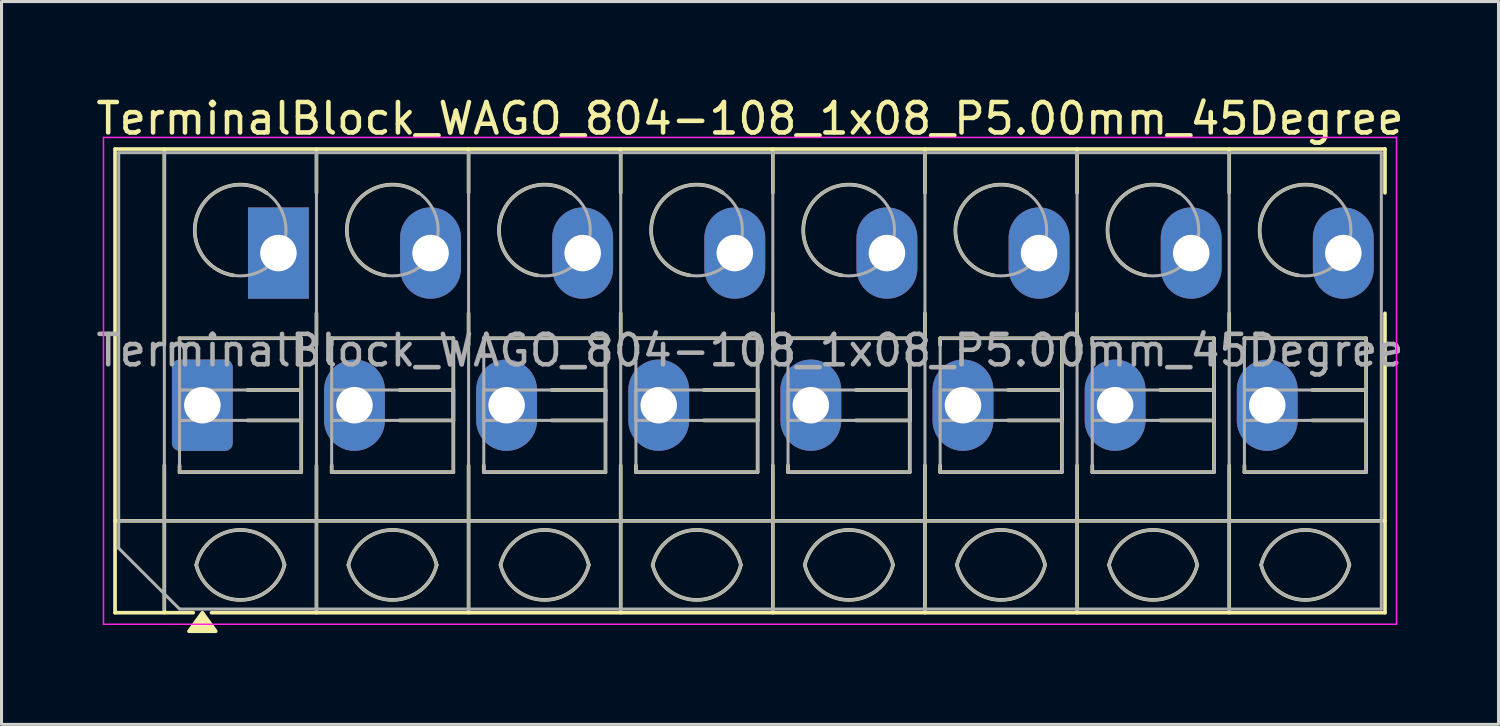
<source format=kicad_pcb>
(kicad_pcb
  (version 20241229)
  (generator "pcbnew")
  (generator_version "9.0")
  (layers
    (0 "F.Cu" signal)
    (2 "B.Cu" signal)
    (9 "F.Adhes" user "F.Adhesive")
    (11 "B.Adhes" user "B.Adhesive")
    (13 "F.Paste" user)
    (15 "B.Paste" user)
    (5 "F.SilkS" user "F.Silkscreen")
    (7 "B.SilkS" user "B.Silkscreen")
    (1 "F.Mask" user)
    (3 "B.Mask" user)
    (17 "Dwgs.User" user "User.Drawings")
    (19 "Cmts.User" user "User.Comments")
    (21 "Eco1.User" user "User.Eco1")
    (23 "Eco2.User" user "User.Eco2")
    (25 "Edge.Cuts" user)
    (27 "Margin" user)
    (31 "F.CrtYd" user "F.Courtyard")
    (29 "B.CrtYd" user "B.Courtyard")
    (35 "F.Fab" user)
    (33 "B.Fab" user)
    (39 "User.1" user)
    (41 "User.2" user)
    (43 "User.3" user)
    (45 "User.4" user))
  (footprint "TerminalBlock_WAGO_804-108_1x08_P5.00mm_45Degree"
    (layer "F.Cu")
    (at 3.601 10.268)
    (property "Reference" "TerminalBlock_WAGO_804-108_1x08_P5.00mm_45Degree" (at 18 -9.42 0) (layer "F.SilkS") (effects (font (size 1 1) (thickness 0.15))))
    (attr through_hole)
    (fp_line (start -2.87 -8.42) (end -2.87 6.82) (stroke (width 0.12) (type solid)) (layer "F.SilkS"))
    (fp_line (start -2.87 -8.42) (end 38.87 -8.42) (stroke (width 0.12) (type solid)) (layer "F.SilkS"))
    (fp_line (start -2.87 3.8) (end 38.87 3.8) (stroke (width 0.12) (type solid)) (layer "F.SilkS"))
    (fp_line (start -2.87 6.82) (end -0.3 6.82) (stroke (width 0.12) (type solid)) (layer "F.SilkS"))
    (fp_line (start -1.25 -8.42) (end -1.25 -1.98) (stroke (width 0.12) (type solid)) (layer "F.SilkS"))
    (fp_line (start -1.25 1.98) (end -1.25 6.82) (stroke (width 0.12) (type solid)) (layer "F.SilkS"))
    (fp_line (start -0.75 -2.2) (end -0.75 -1.98) (stroke (width 0.12) (type solid)) (layer "F.SilkS"))
    (fp_line (start -0.75 -2.2) (end 3.25 -2.2) (stroke (width 0.12) (type solid)) (layer "F.SilkS"))
    (fp_line (start -0.75 1.98) (end -0.75 2.2) (stroke (width 0.12) (type solid)) (layer "F.SilkS"))
    (fp_line (start -0.75 2.2) (end 3.25 2.2) (stroke (width 0.12) (type solid)) (layer "F.SilkS"))
    (fp_line (start 0.3 6.82) (end 38.87 6.82) (stroke (width 0.12) (type solid)) (layer "F.SilkS"))
    (fp_line (start 1.48 -0.5) (end 3.25 -0.5) (stroke (width 0.12) (type solid)) (layer "F.SilkS"))
    (fp_line (start 1.48 0.5) (end 3.25 0.5) (stroke (width 0.12) (type solid)) (layer "F.SilkS"))
    (fp_line (start 3.25 -2.2) (end 3.25 2.2) (stroke (width 0.12) (type solid)) (layer "F.SilkS"))
    (fp_line (start 3.25 -0.5) (end 3.25 0.5) (stroke (width 0.12) (type solid)) (layer "F.SilkS"))
    (fp_line (start 3.75 -8.42) (end 3.75 -6.98) (stroke (width 0.12) (type solid)) (layer "F.SilkS"))
    (fp_line (start 3.75 -3.02) (end 3.75 -1.98) (stroke (width 0.12) (type solid)) (layer "F.SilkS"))
    (fp_line (start 3.75 1.98) (end 3.75 6.82) (stroke (width 0.12) (type solid)) (layer "F.SilkS"))
    (fp_line (start 4.25 -2.2) (end 4.25 -1.98) (stroke (width 0.12) (type solid)) (layer "F.SilkS"))
    (fp_line (start 4.25 -2.2) (end 8.25 -2.2) (stroke (width 0.12) (type solid)) (layer "F.SilkS"))
    (fp_line (start 4.25 1.98) (end 4.25 2.2) (stroke (width 0.12) (type solid)) (layer "F.SilkS"))
    (fp_line (start 4.25 2.2) (end 8.25 2.2) (stroke (width 0.12) (type solid)) (layer "F.SilkS"))
    (fp_line (start 6.48 -0.5) (end 8.25 -0.5) (stroke (width 0.12) (type solid)) (layer "F.SilkS"))
    (fp_line (start 6.48 0.5) (end 8.25 0.5) (stroke (width 0.12) (type solid)) (layer "F.SilkS"))
    (fp_line (start 8.25 -2.2) (end 8.25 2.2) (stroke (width 0.12) (type solid)) (layer "F.SilkS"))
    (fp_line (start 8.25 -0.5) (end 8.25 0.5) (stroke (width 0.12) (type solid)) (layer "F.SilkS"))
    (fp_line (start 8.75 -8.42) (end 8.75 -6.98) (stroke (width 0.12) (type solid)) (layer "F.SilkS"))
    (fp_line (start 8.75 -3.02) (end 8.75 -1.98) (stroke (width 0.12) (type solid)) (layer "F.SilkS"))
    (fp_line (start 8.75 1.98) (end 8.75 6.82) (stroke (width 0.12) (type solid)) (layer "F.SilkS"))
    (fp_line (start 9.25 -2.2) (end 9.25 -1.98) (stroke (width 0.12) (type solid)) (layer "F.SilkS"))
    (fp_line (start 9.25 -2.2) (end 13.25 -2.2) (stroke (width 0.12) (type solid)) (layer "F.SilkS"))
    (fp_line (start 9.25 1.98) (end 9.25 2.2) (stroke (width 0.12) (type solid)) (layer "F.SilkS"))
    (fp_line (start 9.25 2.2) (end 13.25 2.2) (stroke (width 0.12) (type solid)) (layer "F.SilkS"))
    (fp_line (start 11.48 -0.5) (end 13.25 -0.5) (stroke (width 0.12) (type solid)) (layer "F.SilkS"))
    (fp_line (start 11.48 0.5) (end 13.25 0.5) (stroke (width 0.12) (type solid)) (layer "F.SilkS"))
    (fp_line (start 13.25 -2.2) (end 13.25 2.2) (stroke (width 0.12) (type solid)) (layer "F.SilkS"))
    (fp_line (start 13.25 -0.5) (end 13.25 0.5) (stroke (width 0.12) (type solid)) (layer "F.SilkS"))
    (fp_line (start 13.75 -8.42) (end 13.75 -6.98) (stroke (width 0.12) (type solid)) (layer "F.SilkS"))
    (fp_line (start 13.75 -3.02) (end 13.75 -1.98) (stroke (width 0.12) (type solid)) (layer "F.SilkS"))
    (fp_line (start 13.75 1.98) (end 13.75 6.82) (stroke (width 0.12) (type solid)) (layer "F.SilkS"))
    (fp_line (start 14.25 -2.2) (end 14.25 -1.98) (stroke (width 0.12) (type solid)) (layer "F.SilkS"))
    (fp_line (start 14.25 -2.2) (end 18.25 -2.2) (stroke (width 0.12) (type solid)) (layer "F.SilkS"))
    (fp_line (start 14.25 1.98) (end 14.25 2.2) (stroke (width 0.12) (type solid)) (layer "F.SilkS"))
    (fp_line (start 14.25 2.2) (end 18.25 2.2) (stroke (width 0.12) (type solid)) (layer "F.SilkS"))
    (fp_line (start 16.48 -0.5) (end 18.25 -0.5) (stroke (width 0.12) (type solid)) (layer "F.SilkS"))
    (fp_line (start 16.48 0.5) (end 18.25 0.5) (stroke (width 0.12) (type solid)) (layer "F.SilkS"))
    (fp_line (start 18.25 -2.2) (end 18.25 2.2) (stroke (width 0.12) (type solid)) (layer "F.SilkS"))
    (fp_line (start 18.25 -0.5) (end 18.25 0.5) (stroke (width 0.12) (type solid)) (layer "F.SilkS"))
    (fp_line (start 18.75 -8.42) (end 18.75 -6.98) (stroke (width 0.12) (type solid)) (layer "F.SilkS"))
    (fp_line (start 18.75 -3.02) (end 18.75 -1.98) (stroke (width 0.12) (type solid)) (layer "F.SilkS"))
    (fp_line (start 18.75 1.98) (end 18.75 6.82) (stroke (width 0.12) (type solid)) (layer "F.SilkS"))
    (fp_line (start 19.25 -2.2) (end 19.25 -1.98) (stroke (width 0.12) (type solid)) (layer "F.SilkS"))
    (fp_line (start 19.25 -2.2) (end 23.25 -2.2) (stroke (width 0.12) (type solid)) (layer "F.SilkS"))
    (fp_line (start 19.25 1.98) (end 19.25 2.2) (stroke (width 0.12) (type solid)) (layer "F.SilkS"))
    (fp_line (start 19.25 2.2) (end 23.25 2.2) (stroke (width 0.12) (type solid)) (layer "F.SilkS"))
    (fp_line (start 21.48 -0.5) (end 23.25 -0.5) (stroke (width 0.12) (type solid)) (layer "F.SilkS"))
    (fp_line (start 21.48 0.5) (end 23.25 0.5) (stroke (width 0.12) (type solid)) (layer "F.SilkS"))
    (fp_line (start 23.25 -2.2) (end 23.25 2.2) (stroke (width 0.12) (type solid)) (layer "F.SilkS"))
    (fp_line (start 23.25 -0.5) (end 23.25 0.5) (stroke (width 0.12) (type solid)) (layer "F.SilkS"))
    (fp_line (start 23.75 -8.42) (end 23.75 -6.98) (stroke (width 0.12) (type solid)) (layer "F.SilkS"))
    (fp_line (start 23.75 -3.02) (end 23.75 -1.98) (stroke (width 0.12) (type solid)) (layer "F.SilkS"))
    (fp_line (start 23.75 1.98) (end 23.75 6.82) (stroke (width 0.12) (type solid)) (layer "F.SilkS"))
    (fp_line (start 24.25 -2.2) (end 24.25 -1.98) (stroke (width 0.12) (type solid)) (layer "F.SilkS"))
    (fp_line (start 24.25 -2.2) (end 28.25 -2.2) (stroke (width 0.12) (type solid)) (layer "F.SilkS"))
    (fp_line (start 24.25 1.98) (end 24.25 2.2) (stroke (width 0.12) (type solid)) (layer "F.SilkS"))
    (fp_line (start 24.25 2.2) (end 28.25 2.2) (stroke (width 0.12) (type solid)) (layer "F.SilkS"))
    (fp_line (start 26.48 -0.5) (end 28.25 -0.5) (stroke (width 0.12) (type solid)) (layer "F.SilkS"))
    (fp_line (start 26.48 0.5) (end 28.25 0.5) (stroke (width 0.12) (type solid)) (layer "F.SilkS"))
    (fp_line (start 28.25 -2.2) (end 28.25 2.2) (stroke (width 0.12) (type solid)) (layer "F.SilkS"))
    (fp_line (start 28.25 -0.5) (end 28.25 0.5) (stroke (width 0.12) (type solid)) (layer "F.SilkS"))
    (fp_line (start 28.75 -8.42) (end 28.75 -6.98) (stroke (width 0.12) (type solid)) (layer "F.SilkS"))
    (fp_line (start 28.75 -3.02) (end 28.75 -1.98) (stroke (width 0.12) (type solid)) (layer "F.SilkS"))
    (fp_line (start 28.75 1.98) (end 28.75 6.82) (stroke (width 0.12) (type solid)) (layer "F.SilkS"))
    (fp_line (start 29.25 -2.2) (end 29.25 -1.98) (stroke (width 0.12) (type solid)) (layer "F.SilkS"))
    (fp_line (start 29.25 -2.2) (end 33.25 -2.2) (stroke (width 0.12) (type solid)) (layer "F.SilkS"))
    (fp_line (start 29.25 1.98) (end 29.25 2.2) (stroke (width 0.12) (type solid)) (layer "F.SilkS"))
    (fp_line (start 29.25 2.2) (end 33.25 2.2) (stroke (width 0.12) (type solid)) (layer "F.SilkS"))
    (fp_line (start 31.48 -0.5) (end 33.25 -0.5) (stroke (width 0.12) (type solid)) (layer "F.SilkS"))
    (fp_line (start 31.48 0.5) (end 33.25 0.5) (stroke (width 0.12) (type solid)) (layer "F.SilkS"))
    (fp_line (start 33.25 -2.2) (end 33.25 2.2) (stroke (width 0.12) (type solid)) (layer "F.SilkS"))
    (fp_line (start 33.25 -0.5) (end 33.25 0.5) (stroke (width 0.12) (type solid)) (layer "F.SilkS"))
    (fp_line (start 33.75 -8.42) (end 33.75 -6.98) (stroke (width 0.12) (type solid)) (layer "F.SilkS"))
    (fp_line (start 33.75 -3.02) (end 33.75 -1.98) (stroke (width 0.12) (type solid)) (layer "F.SilkS"))
    (fp_line (start 33.75 1.98) (end 33.75 6.82) (stroke (width 0.12) (type solid)) (layer "F.SilkS"))
    (fp_line (start 34.25 -2.2) (end 34.25 -1.98) (stroke (width 0.12) (type solid)) (layer "F.SilkS"))
    (fp_line (start 34.25 -2.2) (end 38.25 -2.2) (stroke (width 0.12) (type solid)) (layer "F.SilkS"))
    (fp_line (start 34.25 1.98) (end 34.25 2.2) (stroke (width 0.12) (type solid)) (layer "F.SilkS"))
    (fp_line (start 34.25 2.2) (end 38.25 2.2) (stroke (width 0.12) (type solid)) (layer "F.SilkS"))
    (fp_line (start 36.48 -0.5) (end 38.25 -0.5) (stroke (width 0.12) (type solid)) (layer "F.SilkS"))
    (fp_line (start 36.48 0.5) (end 38.25 0.5) (stroke (width 0.12) (type solid)) (layer "F.SilkS"))
    (fp_line (start 38.25 -2.2) (end 38.25 2.2) (stroke (width 0.12) (type solid)) (layer "F.SilkS"))
    (fp_line (start 38.25 -0.5) (end 38.25 0.5) (stroke (width 0.12) (type solid)) (layer "F.SilkS"))
    (fp_line (start 38.87 -8.42) (end 38.87 -6.98) (stroke (width 0.12) (type solid)) (layer "F.SilkS"))
    (fp_line (start 38.87 -3.02) (end 38.87 6.82) (stroke (width 0.12) (type solid)) (layer "F.SilkS"))
    (fp_arc (start -0.2 5.25) (mid 1.25 4.1) (end 2.7 5.25) (stroke (width 0.12) (type solid)) (layer "F.SilkS"))
    (fp_arc (start 1.02 -4.268) (mid -0.141916 -6.309209) (end 2.109 -6.98) (stroke (width 0.12) (type solid)) (layer "F.SilkS"))
    (fp_arc (start 2.7 5.25) (mid 1.25 6.4) (end -0.2 5.25) (stroke (width 0.12) (type solid)) (layer "F.SilkS"))
    (fp_arc (start 4.8 5.25) (mid 6.25 4.1) (end 7.7 5.25) (stroke (width 0.12) (type solid)) (layer "F.SilkS"))
    (fp_arc (start 6.02 -4.268) (mid 4.858084 -6.309209) (end 7.109 -6.98) (stroke (width 0.12) (type solid)) (layer "F.SilkS"))
    (fp_arc (start 7.7 5.25) (mid 6.25 6.4) (end 4.8 5.25) (stroke (width 0.12) (type solid)) (layer "F.SilkS"))
    (fp_arc (start 9.8 5.25) (mid 11.25 4.1) (end 12.7 5.25) (stroke (width 0.12) (type solid)) (layer "F.SilkS"))
    (fp_arc (start 11.02 -4.268) (mid 9.858084 -6.309209) (end 12.109 -6.98) (stroke (width 0.12) (type solid)) (layer "F.SilkS"))
    (fp_arc (start 12.7 5.25) (mid 11.25 6.4) (end 9.8 5.25) (stroke (width 0.12) (type solid)) (layer "F.SilkS"))
    (fp_arc (start 14.8 5.25) (mid 16.25 4.1) (end 17.7 5.25) (stroke (width 0.12) (type solid)) (layer "F.SilkS"))
    (fp_arc (start 16.02 -4.268) (mid 14.858084 -6.309209) (end 17.109 -6.98) (stroke (width 0.12) (type solid)) (layer "F.SilkS"))
    (fp_arc (start 17.7 5.25) (mid 16.25 6.4) (end 14.8 5.25) (stroke (width 0.12) (type solid)) (layer "F.SilkS"))
    (fp_arc (start 19.8 5.25) (mid 21.25 4.1) (end 22.7 5.25) (stroke (width 0.12) (type solid)) (layer "F.SilkS"))
    (fp_arc (start 21.02 -4.268) (mid 19.858084 -6.309209) (end 22.109 -6.98) (stroke (width 0.12) (type solid)) (layer "F.SilkS"))
    (fp_arc (start 22.7 5.25) (mid 21.25 6.4) (end 19.8 5.25) (stroke (width 0.12) (type solid)) (layer "F.SilkS"))
    (fp_arc (start 24.8 5.25) (mid 26.25 4.1) (end 27.7 5.25) (stroke (width 0.12) (type solid)) (layer "F.SilkS"))
    (fp_arc (start 26.02 -4.268) (mid 24.858084 -6.309209) (end 27.109 -6.98) (stroke (width 0.12) (type solid)) (layer "F.SilkS"))
    (fp_arc (start 27.7 5.25) (mid 26.25 6.4) (end 24.8 5.25) (stroke (width 0.12) (type solid)) (layer "F.SilkS"))
    (fp_arc (start 29.8 5.25) (mid 31.25 4.1) (end 32.7 5.25) (stroke (width 0.12) (type solid)) (layer "F.SilkS"))
    (fp_arc (start 31.02 -4.268) (mid 29.858084 -6.309209) (end 32.109 -6.98) (stroke (width 0.12) (type solid)) (layer "F.SilkS"))
    (fp_arc (start 32.7 5.25) (mid 31.25 6.4) (end 29.8 5.25) (stroke (width 0.12) (type solid)) (layer "F.SilkS"))
    (fp_arc (start 34.8 5.25) (mid 36.25 4.1) (end 37.7 5.25) (stroke (width 0.12) (type solid)) (layer "F.SilkS"))
    (fp_arc (start 36.02 -4.268) (mid 34.858084 -6.309209) (end 37.109 -6.98) (stroke (width 0.12) (type solid)) (layer "F.SilkS"))
    (fp_arc (start 37.7 5.25) (mid 36.25 6.4) (end 34.8 5.25) (stroke (width 0.12) (type solid)) (layer "F.SilkS"))
    (fp_poly (pts (xy 0 6.82) (xy 0.44 7.43) (xy -0.44 7.43)) (stroke (width 0.12) (type solid)) (fill yes) (layer "F.SilkS"))
    (fp_line (start -3.25 -8.8) (end -3.25 7.2) (stroke (width 0.05) (type solid)) (layer "F.CrtYd"))
    (fp_line (start -3.25 7.2) (end 39.25 7.2) (stroke (width 0.05) (type solid)) (layer "F.CrtYd"))
    (fp_line (start 39.25 -8.8) (end -3.25 -8.8) (stroke (width 0.05) (type solid)) (layer "F.CrtYd"))
    (fp_line (start 39.25 7.2) (end 39.25 -8.8) (stroke (width 0.05) (type solid)) (layer "F.CrtYd"))
    (fp_line (start -2.75 -8.3) (end 38.75 -8.3) (stroke (width 0.1) (type solid)) (layer "F.Fab"))
    (fp_line (start -2.75 3.8) (end 38.75 3.8) (stroke (width 0.1) (type solid)) (layer "F.Fab"))
    (fp_line (start -2.75 4.7) (end -2.75 -8.3) (stroke (width 0.1) (type solid)) (layer "F.Fab"))
    (fp_line (start -1.25 -8.3) (end -1.25 6.7) (stroke (width 0.1) (type solid)) (layer "F.Fab"))
    (fp_line (start -0.75 -2.2) (end -0.75 2.2) (stroke (width 0.1) (type solid)) (layer "F.Fab"))
    (fp_line (start -0.75 -0.5) (end -0.75 0.5) (stroke (width 0.1) (type solid)) (layer "F.Fab"))
    (fp_line (start -0.75 0.5) (end 3.25 0.5) (stroke (width 0.1) (type solid)) (layer "F.Fab"))
    (fp_line (start -0.75 2.2) (end 3.25 2.2) (stroke (width 0.1) (type solid)) (layer "F.Fab"))
    (fp_line (start -0.75 6.7) (end -2.75 4.7) (stroke (width 0.1) (type solid)) (layer "F.Fab"))
    (fp_line (start 3.25 -2.2) (end -0.75 -2.2) (stroke (width 0.1) (type solid)) (layer "F.Fab"))
    (fp_line (start 3.25 -0.5) (end -0.75 -0.5) (stroke (width 0.1) (type solid)) (layer "F.Fab"))
    (fp_line (start 3.25 0.5) (end 3.25 -0.5) (stroke (width 0.1) (type solid)) (layer "F.Fab"))
    (fp_line (start 3.25 2.2) (end 3.25 -2.2) (stroke (width 0.1) (type solid)) (layer "F.Fab"))
    (fp_line (start 3.75 -8.3) (end 3.75 6.7) (stroke (width 0.1) (type solid)) (layer "F.Fab"))
    (fp_line (start 4.25 -2.2) (end 4.25 2.2) (stroke (width 0.1) (type solid)) (layer "F.Fab"))
    (fp_line (start 4.25 -0.5) (end 4.25 0.5) (stroke (width 0.1) (type solid)) (layer "F.Fab"))
    (fp_line (start 4.25 0.5) (end 8.25 0.5) (stroke (width 0.1) (type solid)) (layer "F.Fab"))
    (fp_line (start 4.25 2.2) (end 8.25 2.2) (stroke (width 0.1) (type solid)) (layer "F.Fab"))
    (fp_line (start 8.25 -2.2) (end 4.25 -2.2) (stroke (width 0.1) (type solid)) (layer "F.Fab"))
    (fp_line (start 8.25 -0.5) (end 4.25 -0.5) (stroke (width 0.1) (type solid)) (layer "F.Fab"))
    (fp_line (start 8.25 0.5) (end 8.25 -0.5) (stroke (width 0.1) (type solid)) (layer "F.Fab"))
    (fp_line (start 8.25 2.2) (end 8.25 -2.2) (stroke (width 0.1) (type solid)) (layer "F.Fab"))
    (fp_line (start 8.75 -8.3) (end 8.75 6.7) (stroke (width 0.1) (type solid)) (layer "F.Fab"))
    (fp_line (start 9.25 -2.2) (end 9.25 2.2) (stroke (width 0.1) (type solid)) (layer "F.Fab"))
    (fp_line (start 9.25 -0.5) (end 9.25 0.5) (stroke (width 0.1) (type solid)) (layer "F.Fab"))
    (fp_line (start 9.25 0.5) (end 13.25 0.5) (stroke (width 0.1) (type solid)) (layer "F.Fab"))
    (fp_line (start 9.25 2.2) (end 13.25 2.2) (stroke (width 0.1) (type solid)) (layer "F.Fab"))
    (fp_line (start 13.25 -2.2) (end 9.25 -2.2) (stroke (width 0.1) (type solid)) (layer "F.Fab"))
    (fp_line (start 13.25 -0.5) (end 9.25 -0.5) (stroke (width 0.1) (type solid)) (layer "F.Fab"))
    (fp_line (start 13.25 0.5) (end 13.25 -0.5) (stroke (width 0.1) (type solid)) (layer "F.Fab"))
    (fp_line (start 13.25 2.2) (end 13.25 -2.2) (stroke (width 0.1) (type solid)) (layer "F.Fab"))
    (fp_line (start 13.75 -8.3) (end 13.75 6.7) (stroke (width 0.1) (type solid)) (layer "F.Fab"))
    (fp_line (start 14.25 -2.2) (end 14.25 2.2) (stroke (width 0.1) (type solid)) (layer "F.Fab"))
    (fp_line (start 14.25 -0.5) (end 14.25 0.5) (stroke (width 0.1) (type solid)) (layer "F.Fab"))
    (fp_line (start 14.25 0.5) (end 18.25 0.5) (stroke (width 0.1) (type solid)) (layer "F.Fab"))
    (fp_line (start 14.25 2.2) (end 18.25 2.2) (stroke (width 0.1) (type solid)) (layer "F.Fab"))
    (fp_line (start 18.25 -2.2) (end 14.25 -2.2) (stroke (width 0.1) (type solid)) (layer "F.Fab"))
    (fp_line (start 18.25 -0.5) (end 14.25 -0.5) (stroke (width 0.1) (type solid)) (layer "F.Fab"))
    (fp_line (start 18.25 0.5) (end 18.25 -0.5) (stroke (width 0.1) (type solid)) (layer "F.Fab"))
    (fp_line (start 18.25 2.2) (end 18.25 -2.2) (stroke (width 0.1) (type solid)) (layer "F.Fab"))
    (fp_line (start 18.75 -8.3) (end 18.75 6.7) (stroke (width 0.1) (type solid)) (layer "F.Fab"))
    (fp_line (start 19.25 -2.2) (end 19.25 2.2) (stroke (width 0.1) (type solid)) (layer "F.Fab"))
    (fp_line (start 19.25 -0.5) (end 19.25 0.5) (stroke (width 0.1) (type solid)) (layer "F.Fab"))
    (fp_line (start 19.25 0.5) (end 23.25 0.5) (stroke (width 0.1) (type solid)) (layer "F.Fab"))
    (fp_line (start 19.25 2.2) (end 23.25 2.2) (stroke (width 0.1) (type solid)) (layer "F.Fab"))
    (fp_line (start 23.25 -2.2) (end 19.25 -2.2) (stroke (width 0.1) (type solid)) (layer "F.Fab"))
    (fp_line (start 23.25 -0.5) (end 19.25 -0.5) (stroke (width 0.1) (type solid)) (layer "F.Fab"))
    (fp_line (start 23.25 0.5) (end 23.25 -0.5) (stroke (width 0.1) (type solid)) (layer "F.Fab"))
    (fp_line (start 23.25 2.2) (end 23.25 -2.2) (stroke (width 0.1) (type solid)) (layer "F.Fab"))
    (fp_line (start 23.75 -8.3) (end 23.75 6.7) (stroke (width 0.1) (type solid)) (layer "F.Fab"))
    (fp_line (start 24.25 -2.2) (end 24.25 2.2) (stroke (width 0.1) (type solid)) (layer "F.Fab"))
    (fp_line (start 24.25 -0.5) (end 24.25 0.5) (stroke (width 0.1) (type solid)) (layer "F.Fab"))
    (fp_line (start 24.25 0.5) (end 28.25 0.5) (stroke (width 0.1) (type solid)) (layer "F.Fab"))
    (fp_line (start 24.25 2.2) (end 28.25 2.2) (stroke (width 0.1) (type solid)) (layer "F.Fab"))
    (fp_line (start 28.25 -2.2) (end 24.25 -2.2) (stroke (width 0.1) (type solid)) (layer "F.Fab"))
    (fp_line (start 28.25 -0.5) (end 24.25 -0.5) (stroke (width 0.1) (type solid)) (layer "F.Fab"))
    (fp_line (start 28.25 0.5) (end 28.25 -0.5) (stroke (width 0.1) (type solid)) (layer "F.Fab"))
    (fp_line (start 28.25 2.2) (end 28.25 -2.2) (stroke (width 0.1) (type solid)) (layer "F.Fab"))
    (fp_line (start 28.75 -8.3) (end 28.75 6.7) (stroke (width 0.1) (type solid)) (layer "F.Fab"))
    (fp_line (start 29.25 -2.2) (end 29.25 2.2) (stroke (width 0.1) (type solid)) (layer "F.Fab"))
    (fp_line (start 29.25 -0.5) (end 29.25 0.5) (stroke (width 0.1) (type solid)) (layer "F.Fab"))
    (fp_line (start 29.25 0.5) (end 33.25 0.5) (stroke (width 0.1) (type solid)) (layer "F.Fab"))
    (fp_line (start 29.25 2.2) (end 33.25 2.2) (stroke (width 0.1) (type solid)) (layer "F.Fab"))
    (fp_line (start 33.25 -2.2) (end 29.25 -2.2) (stroke (width 0.1) (type solid)) (layer "F.Fab"))
    (fp_line (start 33.25 -0.5) (end 29.25 -0.5) (stroke (width 0.1) (type solid)) (layer "F.Fab"))
    (fp_line (start 33.25 0.5) (end 33.25 -0.5) (stroke (width 0.1) (type solid)) (layer "F.Fab"))
    (fp_line (start 33.25 2.2) (end 33.25 -2.2) (stroke (width 0.1) (type solid)) (layer "F.Fab"))
    (fp_line (start 33.75 -8.3) (end 33.75 6.7) (stroke (width 0.1) (type solid)) (layer "F.Fab"))
    (fp_line (start 34.25 -2.2) (end 34.25 2.2) (stroke (width 0.1) (type solid)) (layer "F.Fab"))
    (fp_line (start 34.25 -0.5) (end 34.25 0.5) (stroke (width 0.1) (type solid)) (layer "F.Fab"))
    (fp_line (start 34.25 0.5) (end 38.25 0.5) (stroke (width 0.1) (type solid)) (layer "F.Fab"))
    (fp_line (start 34.25 2.2) (end 38.25 2.2) (stroke (width 0.1) (type solid)) (layer "F.Fab"))
    (fp_line (start 38.25 -2.2) (end 34.25 -2.2) (stroke (width 0.1) (type solid)) (layer "F.Fab"))
    (fp_line (start 38.25 -0.5) (end 34.25 -0.5) (stroke (width 0.1) (type solid)) (layer "F.Fab"))
    (fp_line (start 38.25 0.5) (end 38.25 -0.5) (stroke (width 0.1) (type solid)) (layer "F.Fab"))
    (fp_line (start 38.25 2.2) (end 38.25 -2.2) (stroke (width 0.1) (type solid)) (layer "F.Fab"))
    (fp_line (start 38.75 -8.3) (end 38.75 6.7) (stroke (width 0.1) (type solid)) (layer "F.Fab"))
    (fp_line (start 38.75 6.7) (end -0.75 6.7) (stroke (width 0.1) (type solid)) (layer "F.Fab"))
    (fp_arc (start -0.2 5.25) (mid 1.25 4.1) (end 2.7 5.25) (stroke (width 0.1) (type solid)) (layer "F.Fab"))
    (fp_arc (start 2.7 5.25) (mid 1.25 6.4) (end -0.2 5.25) (stroke (width 0.1) (type solid)) (layer "F.Fab"))
    (fp_arc (start 4.8 5.25) (mid 6.25 4.1) (end 7.7 5.25) (stroke (width 0.1) (type solid)) (layer "F.Fab"))
    (fp_arc (start 7.7 5.25) (mid 6.25 6.4) (end 4.8 5.25) (stroke (width 0.1) (type solid)) (layer "F.Fab"))
    (fp_arc (start 9.8 5.25) (mid 11.25 4.1) (end 12.7 5.25) (stroke (width 0.1) (type solid)) (layer "F.Fab"))
    (fp_arc (start 12.7 5.25) (mid 11.25 6.4) (end 9.8 5.25) (stroke (width 0.1) (type solid)) (layer "F.Fab"))
    (fp_arc (start 14.8 5.25) (mid 16.25 4.1) (end 17.7 5.25) (stroke (width 0.1) (type solid)) (layer "F.Fab"))
    (fp_arc (start 17.7 5.25) (mid 16.25 6.4) (end 14.8 5.25) (stroke (width 0.1) (type solid)) (layer "F.Fab"))
    (fp_arc (start 19.8 5.25) (mid 21.25 4.1) (end 22.7 5.25) (stroke (width 0.1) (type solid)) (layer "F.Fab"))
    (fp_arc (start 22.7 5.25) (mid 21.25 6.4) (end 19.8 5.25) (stroke (width 0.1) (type solid)) (layer "F.Fab"))
    (fp_arc (start 24.8 5.25) (mid 26.25 4.1) (end 27.7 5.25) (stroke (width 0.1) (type solid)) (layer "F.Fab"))
    (fp_arc (start 27.7 5.25) (mid 26.25 6.4) (end 24.8 5.25) (stroke (width 0.1) (type solid)) (layer "F.Fab"))
    (fp_arc (start 29.8 5.25) (mid 31.25 4.1) (end 32.7 5.25) (stroke (width 0.1) (type solid)) (layer "F.Fab"))
    (fp_arc (start 32.7 5.25) (mid 31.25 6.4) (end 29.8 5.25) (stroke (width 0.1) (type solid)) (layer "F.Fab"))
    (fp_arc (start 34.8 5.25) (mid 36.25 4.1) (end 37.7 5.25) (stroke (width 0.1) (type solid)) (layer "F.Fab"))
    (fp_arc (start 37.7 5.25) (mid 36.25 6.4) (end 34.8 5.25) (stroke (width 0.1) (type solid)) (layer "F.Fab"))
    (fp_circle (center 1.25 -5.75) (end 2.75 -5.75) (stroke (width 0.1) (type solid)) (fill no) (layer "F.Fab"))
    (fp_circle (center 6.25 -5.75) (end 7.75 -5.75) (stroke (width 0.1) (type solid)) (fill no) (layer "F.Fab"))
    (fp_circle (center 11.25 -5.75) (end 12.75 -5.75) (stroke (width 0.1) (type solid)) (fill no) (layer "F.Fab"))
    (fp_circle (center 16.25 -5.75) (end 17.75 -5.75) (stroke (width 0.1) (type solid)) (fill no) (layer "F.Fab"))
    (fp_circle (center 21.25 -5.75) (end 22.75 -5.75) (stroke (width 0.1) (type solid)) (fill no) (layer "F.Fab"))
    (fp_circle (center 26.25 -5.75) (end 27.75 -5.75) (stroke (width 0.1) (type solid)) (fill no) (layer "F.Fab"))
    (fp_circle (center 31.25 -5.75) (end 32.75 -5.75) (stroke (width 0.1) (type solid)) (fill no) (layer "F.Fab"))
    (fp_circle (center 36.25 -5.75) (end 37.75 -5.75) (stroke (width 0.1) (type solid)) (fill no) (layer "F.Fab"))
    (fp_text user "${REFERENCE}" (at 18 -1.8 0) (layer "F.Fab") (effects (font (size 1 1) (thickness 0.15))))
    (pad "1" thru_hole roundrect (at 0 0) (size 2 3) (drill 1.2) (layers "*.Cu" "*.Mask") (roundrect_rratio 0.125))
    (pad "1" thru_hole rect (at 2.5 -5) (size 2 3) (drill 1.2) (layers "*.Cu" "*.Mask"))
    (pad "2" thru_hole oval (at 5 0) (size 2 3) (drill 1.2) (layers "*.Cu" "*.Mask"))
    (pad "2" thru_hole oval (at 7.5 -5) (size 2 3) (drill 1.2) (layers "*.Cu" "*.Mask"))
    (pad "3" thru_hole oval (at 10 0) (size 2 3) (drill 1.2) (layers "*.Cu" "*.Mask"))
    (pad "3" thru_hole oval (at 12.5 -5) (size 2 3) (drill 1.2) (layers "*.Cu" "*.Mask"))
    (pad "4" thru_hole oval (at 15 0) (size 2 3) (drill 1.2) (layers "*.Cu" "*.Mask"))
    (pad "4" thru_hole oval (at 17.5 -5) (size 2 3) (drill 1.2) (layers "*.Cu" "*.Mask"))
    (pad "5" thru_hole oval (at 20 0) (size 2 3) (drill 1.2) (layers "*.Cu" "*.Mask"))
    (pad "5" thru_hole oval (at 22.5 -5) (size 2 3) (drill 1.2) (layers "*.Cu" "*.Mask"))
    (pad "6" thru_hole oval (at 25 0) (size 2 3) (drill 1.2) (layers "*.Cu" "*.Mask"))
    (pad "6" thru_hole oval (at 27.5 -5) (size 2 3) (drill 1.2) (layers "*.Cu" "*.Mask"))
    (pad "7" thru_hole oval (at 30 0) (size 2 3) (drill 1.2) (layers "*.Cu" "*.Mask"))
    (pad "7" thru_hole oval (at 32.5 -5) (size 2 3) (drill 1.2) (layers "*.Cu" "*.Mask"))
    (pad "8" thru_hole oval (at 35 0) (size 2 3) (drill 1.2) (layers "*.Cu" "*.Mask"))
    (pad "8" thru_hole oval (at 37.5 -5) (size 2 3) (drill 1.2) (layers "*.Cu" "*.Mask")))
  (gr_rect
    (start -3 -3)
    (end 46.202 20.758)
    (stroke (width 0.1) (type default))
    (fill no)
    (layer "Edge.Cuts")))
</source>
